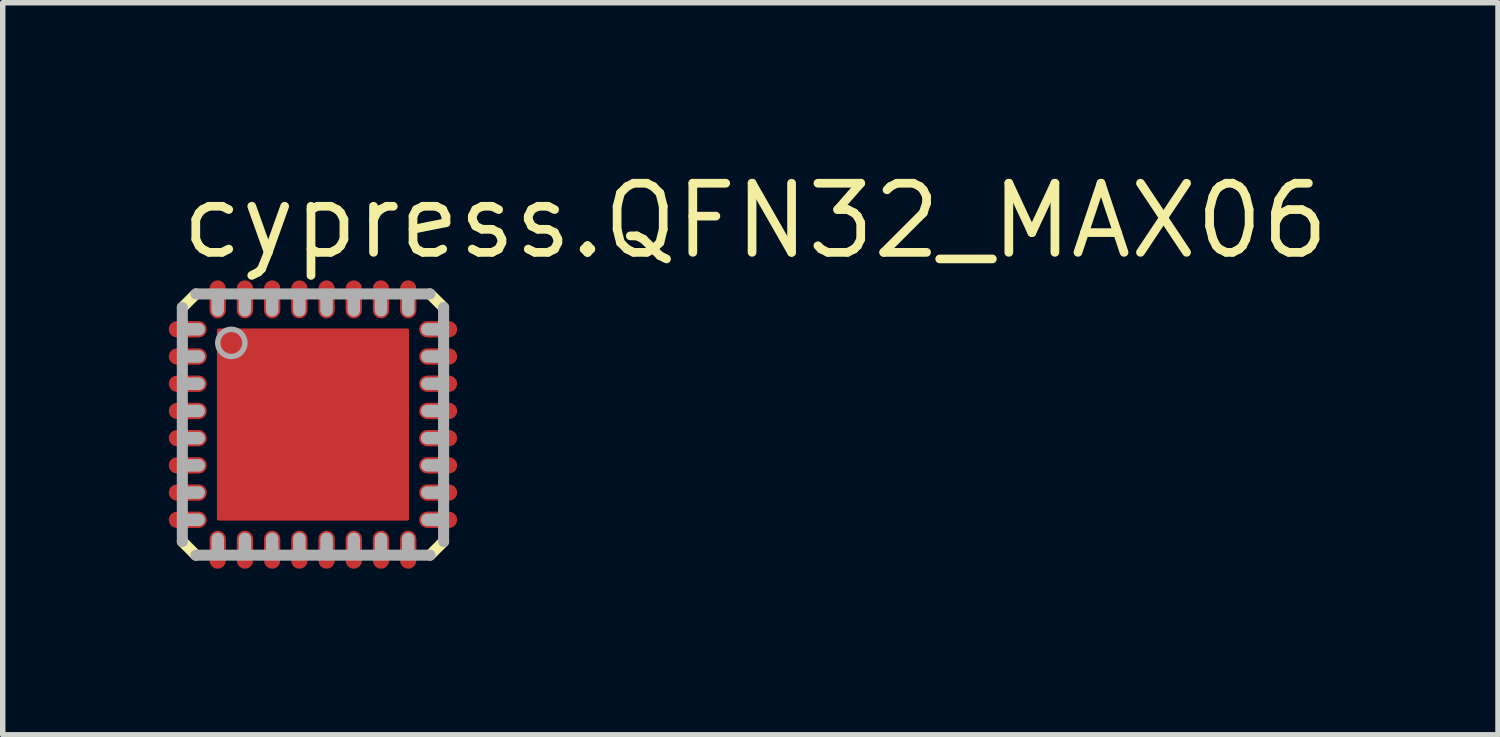
<source format=kicad_pcb>
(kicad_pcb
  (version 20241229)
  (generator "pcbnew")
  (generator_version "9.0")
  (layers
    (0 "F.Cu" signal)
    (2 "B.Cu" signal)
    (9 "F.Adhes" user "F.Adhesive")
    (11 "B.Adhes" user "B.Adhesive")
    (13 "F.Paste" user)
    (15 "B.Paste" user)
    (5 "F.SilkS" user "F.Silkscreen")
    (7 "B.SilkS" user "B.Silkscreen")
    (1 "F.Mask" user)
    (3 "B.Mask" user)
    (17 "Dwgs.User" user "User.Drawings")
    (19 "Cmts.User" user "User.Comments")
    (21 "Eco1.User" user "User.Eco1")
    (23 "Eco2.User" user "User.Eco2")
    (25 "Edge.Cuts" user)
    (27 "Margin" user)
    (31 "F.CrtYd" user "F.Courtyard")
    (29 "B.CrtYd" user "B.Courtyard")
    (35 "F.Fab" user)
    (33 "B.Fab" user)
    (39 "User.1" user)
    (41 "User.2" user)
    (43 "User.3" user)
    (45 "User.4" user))
  (footprint "cypress.QFN32_MAX06"
    (layer "F.Cu")
    (at 2.7 4.75)
    (property "Reference" "cypress.QFN32_MAX06" (at -2.5 -3 0) (layer "F.SilkS") (effects (font (size 1.27 1.27) (thickness 0.16)) (justify left bottom)))
    (attr smd)
    (fp_line (start -2.1 -1.75) (end -2.5 -1.75) (stroke (width 0.4) (type default)) (layer "F.Mask"))
    (fp_line (start -2.1 -1.25) (end -2.5 -1.25) (stroke (width 0.4) (type default)) (layer "F.Mask"))
    (fp_line (start -2.1 -0.75) (end -2.5 -0.75) (stroke (width 0.4) (type default)) (layer "F.Mask"))
    (fp_line (start -2.1 -0.25) (end -2.5 -0.25) (stroke (width 0.4) (type default)) (layer "F.Mask"))
    (fp_line (start -2.1 0.25) (end -2.5 0.25) (stroke (width 0.4) (type default)) (layer "F.Mask"))
    (fp_line (start -2.1 0.75) (end -2.5 0.75) (stroke (width 0.4) (type default)) (layer "F.Mask"))
    (fp_line (start -2.1 1.25) (end -2.5 1.25) (stroke (width 0.4) (type default)) (layer "F.Mask"))
    (fp_line (start -2.1 1.75) (end -2.5 1.75) (stroke (width 0.4) (type default)) (layer "F.Mask"))
    (fp_line (start -1.75 -2.1) (end -1.75 -2.5) (stroke (width 0.4) (type default)) (layer "F.Mask"))
    (fp_line (start -1.75 2.1) (end -1.75 2.5) (stroke (width 0.4) (type default)) (layer "F.Mask"))
    (fp_line (start -1.25 -2.1) (end -1.25 -2.5) (stroke (width 0.4) (type default)) (layer "F.Mask"))
    (fp_line (start -1.25 2.1) (end -1.25 2.5) (stroke (width 0.4) (type default)) (layer "F.Mask"))
    (fp_line (start -0.75 -2.1) (end -0.75 -2.5) (stroke (width 0.4) (type default)) (layer "F.Mask"))
    (fp_line (start -0.75 2.1) (end -0.75 2.5) (stroke (width 0.4) (type default)) (layer "F.Mask"))
    (fp_line (start -0.25 -2.1) (end -0.25 -2.5) (stroke (width 0.4) (type default)) (layer "F.Mask"))
    (fp_line (start -0.25 2.1) (end -0.25 2.5) (stroke (width 0.4) (type default)) (layer "F.Mask"))
    (fp_line (start 0.25 -2.1) (end 0.25 -2.5) (stroke (width 0.4) (type default)) (layer "F.Mask"))
    (fp_line (start 0.25 2.1) (end 0.25 2.5) (stroke (width 0.4) (type default)) (layer "F.Mask"))
    (fp_line (start 0.75 -2.1) (end 0.75 -2.5) (stroke (width 0.4) (type default)) (layer "F.Mask"))
    (fp_line (start 0.75 2.1) (end 0.75 2.5) (stroke (width 0.4) (type default)) (layer "F.Mask"))
    (fp_line (start 1.25 -2.1) (end 1.25 -2.5) (stroke (width 0.4) (type default)) (layer "F.Mask"))
    (fp_line (start 1.25 2.1) (end 1.25 2.5) (stroke (width 0.4) (type default)) (layer "F.Mask"))
    (fp_line (start 1.75 -2.1) (end 1.75 -2.5) (stroke (width 0.4) (type default)) (layer "F.Mask"))
    (fp_line (start 1.75 2.1) (end 1.75 2.5) (stroke (width 0.4) (type default)) (layer "F.Mask"))
    (fp_line (start 2.1 -1.75) (end 2.5 -1.75) (stroke (width 0.4) (type default)) (layer "F.Mask"))
    (fp_line (start 2.1 -1.25) (end 2.5 -1.25) (stroke (width 0.4) (type default)) (layer "F.Mask"))
    (fp_line (start 2.1 -0.75) (end 2.5 -0.75) (stroke (width 0.4) (type default)) (layer "F.Mask"))
    (fp_line (start 2.1 -0.25) (end 2.5 -0.25) (stroke (width 0.4) (type default)) (layer "F.Mask"))
    (fp_line (start 2.1 0.25) (end 2.5 0.25) (stroke (width 0.4) (type default)) (layer "F.Mask"))
    (fp_line (start 2.1 0.75) (end 2.5 0.75) (stroke (width 0.4) (type default)) (layer "F.Mask"))
    (fp_line (start 2.1 1.25) (end 2.5 1.25) (stroke (width 0.4) (type default)) (layer "F.Mask"))
    (fp_line (start 2.1 1.75) (end 2.5 1.75) (stroke (width 0.4) (type default)) (layer "F.Mask"))
    (fp_rect (start -1.1 1.8) (end 1.1 -1.8) (stroke (width 0.05) (type default)) (fill yes) (layer "F.Mask"))
    (fp_line (start -2.4 -2.15) (end -2.15 -2.4) (stroke (width 0.203) (type default)) (layer "F.SilkS"))
    (fp_line (start -2.15 2.4) (end -2.4 2.15) (stroke (width 0.203) (type default)) (layer "F.SilkS"))
    (fp_line (start 2.15 -2.4) (end 2.4 -2.15) (stroke (width 0.203) (type default)) (layer "F.SilkS"))
    (fp_line (start 2.4 2.15) (end 2.15 2.4) (stroke (width 0.203) (type default)) (layer "F.SilkS"))
    (fp_line (start -2.1 -1.75) (end -2.5 -1.75) (stroke (width 0.25) (type default)) (layer "F.Paste"))
    (fp_line (start -2.1 -1.25) (end -2.5 -1.25) (stroke (width 0.25) (type default)) (layer "F.Paste"))
    (fp_line (start -2.1 -0.75) (end -2.5 -0.75) (stroke (width 0.25) (type default)) (layer "F.Paste"))
    (fp_line (start -2.1 -0.25) (end -2.5 -0.25) (stroke (width 0.25) (type default)) (layer "F.Paste"))
    (fp_line (start -2.1 0.25) (end -2.5 0.25) (stroke (width 0.25) (type default)) (layer "F.Paste"))
    (fp_line (start -2.1 0.75) (end -2.5 0.75) (stroke (width 0.25) (type default)) (layer "F.Paste"))
    (fp_line (start -2.1 1.25) (end -2.5 1.25) (stroke (width 0.25) (type default)) (layer "F.Paste"))
    (fp_line (start -2.1 1.75) (end -2.5 1.75) (stroke (width 0.25) (type default)) (layer "F.Paste"))
    (fp_line (start -1.75 -2.1) (end -1.75 -2.5) (stroke (width 0.25) (type default)) (layer "F.Paste"))
    (fp_line (start -1.75 2.1) (end -1.75 2.5) (stroke (width 0.25) (type default)) (layer "F.Paste"))
    (fp_line (start -1.25 -2.1) (end -1.25 -2.5) (stroke (width 0.25) (type default)) (layer "F.Paste"))
    (fp_line (start -1.25 2.1) (end -1.25 2.5) (stroke (width 0.25) (type default)) (layer "F.Paste"))
    (fp_line (start -1 -1.7) (end -0.7 -1.7) (stroke (width 0.1) (type default)) (layer "F.Paste"))
    (fp_line (start -1 -1.4) (end -1 -1.7) (stroke (width 0.1) (type default)) (layer "F.Paste"))
    (fp_line (start -1 -0.9) (end -1 -1.1) (stroke (width 0.1) (type default)) (layer "F.Paste"))
    (fp_line (start -1 -0.9) (end -1 -0.55) (stroke (width 0.1) (type default)) (layer "F.Paste"))
    (fp_line (start -1 -0.25) (end -1 0.25) (stroke (width 0.1) (type default)) (layer "F.Paste"))
    (fp_line (start -1 0.6) (end -1 1.3) (stroke (width 0.1) (type default)) (layer "F.Paste"))
    (fp_line (start -1 1.7) (end -1 1.3) (stroke (width 0.1) (type default)) (layer "F.Paste"))
    (fp_line (start -0.975 -1.075) (end -0.95 -1.1) (stroke (width 0.1) (type default)) (layer "F.Paste"))
    (fp_line (start -0.95 1.55) (end -0.95 1.65) (stroke (width 0.1) (type default)) (layer "F.Paste"))
    (fp_line (start -0.925 -1.4) (end -0.9 -1.65) (stroke (width 0.1) (type default)) (layer "F.Paste"))
    (fp_line (start -0.85 1.65) (end -0.95 1.55) (stroke (width 0.1) (type default)) (layer "F.Paste"))
    (fp_line (start -0.8 -0.85) (end -0.8 1.25) (stroke (width 0.1) (type default)) (layer "F.Paste"))
    (fp_line (start -0.75 -2.1) (end -0.75 -2.5) (stroke (width 0.25) (type default)) (layer "F.Paste"))
    (fp_line (start -0.75 2.1) (end -0.75 2.5) (stroke (width 0.25) (type default)) (layer "F.Paste"))
    (fp_line (start -0.55 1.5) (end 0.55 1.5) (stroke (width 0.1) (type default)) (layer "F.Paste"))
    (fp_line (start -0.55 1.7) (end -1 1.7) (stroke (width 0.1) (type default)) (layer "F.Paste"))
    (fp_line (start -0.25 -2.1) (end -0.25 -2.5) (stroke (width 0.25) (type default)) (layer "F.Paste"))
    (fp_line (start -0.25 1.7) (end -0.55 1.7) (stroke (width 0.1) (type default)) (layer "F.Paste"))
    (fp_line (start -0.25 2.1) (end -0.25 2.5) (stroke (width 0.25) (type default)) (layer "F.Paste"))
    (fp_line (start -0.15 -1.7) (end -0.7 -1.7) (stroke (width 0.1) (type default)) (layer "F.Paste"))
    (fp_line (start 0.25 -2.1) (end 0.25 -2.5) (stroke (width 0.25) (type default)) (layer "F.Paste"))
    (fp_line (start 0.25 -1.7) (end 0.55 -1.7) (stroke (width 0.1) (type default)) (layer "F.Paste"))
    (fp_line (start 0.25 1.7) (end 0.55 1.7) (stroke (width 0.1) (type default)) (layer "F.Paste"))
    (fp_line (start 0.25 2.1) (end 0.25 2.5) (stroke (width 0.25) (type default)) (layer "F.Paste"))
    (fp_line (start 0.55 -1.7) (end 1 -1.7) (stroke (width 0.1) (type default)) (layer "F.Paste"))
    (fp_line (start 0.55 -1.5) (end -0.5 -1.5) (stroke (width 0.1) (type default)) (layer "F.Paste"))
    (fp_line (start 0.55 1.7) (end 1 1.7) (stroke (width 0.1) (type default)) (layer "F.Paste"))
    (fp_line (start 0.75 -2.1) (end 0.75 -2.5) (stroke (width 0.25) (type default)) (layer "F.Paste"))
    (fp_line (start 0.75 2.1) (end 0.75 2.5) (stroke (width 0.25) (type default)) (layer "F.Paste"))
    (fp_line (start 0.8 1.25) (end 0.8 -1.25) (stroke (width 0.1) (type default)) (layer "F.Paste"))
    (fp_line (start 0.85 -1.65) (end 0.95 -1.55) (stroke (width 0.1) (type default)) (layer "F.Paste"))
    (fp_line (start 0.85 1.65) (end 0.95 1.55) (stroke (width 0.1) (type default)) (layer "F.Paste"))
    (fp_line (start 0.95 -1.55) (end 0.95 -1.65) (stroke (width 0.1) (type default)) (layer "F.Paste"))
    (fp_line (start 0.95 1.55) (end 0.95 1.65) (stroke (width 0.1) (type default)) (layer "F.Paste"))
    (fp_line (start 1 -1.7) (end 1 -1.3) (stroke (width 0.1) (type default)) (layer "F.Paste"))
    (fp_line (start 1 -0.55) (end 1 -1.3) (stroke (width 0.1) (type default)) (layer "F.Paste"))
    (fp_line (start 1 -0.25) (end 1 0.25) (stroke (width 0.1) (type default)) (layer "F.Paste"))
    (fp_line (start 1 0.6) (end 1 1.3) (stroke (width 0.1) (type default)) (layer "F.Paste"))
    (fp_line (start 1 1.7) (end 1 1.3) (stroke (width 0.1) (type default)) (layer "F.Paste"))
    (fp_line (start 1.25 -2.1) (end 1.25 -2.5) (stroke (width 0.25) (type default)) (layer "F.Paste"))
    (fp_line (start 1.25 2.1) (end 1.25 2.5) (stroke (width 0.25) (type default)) (layer "F.Paste"))
    (fp_line (start 1.75 -2.1) (end 1.75 -2.5) (stroke (width 0.25) (type default)) (layer "F.Paste"))
    (fp_line (start 1.75 2.1) (end 1.75 2.5) (stroke (width 0.25) (type default)) (layer "F.Paste"))
    (fp_line (start 2.1 -1.75) (end 2.5 -1.75) (stroke (width 0.25) (type default)) (layer "F.Paste"))
    (fp_line (start 2.1 -1.25) (end 2.5 -1.25) (stroke (width 0.25) (type default)) (layer "F.Paste"))
    (fp_line (start 2.1 -0.75) (end 2.5 -0.75) (stroke (width 0.25) (type default)) (layer "F.Paste"))
    (fp_line (start 2.1 -0.25) (end 2.5 -0.25) (stroke (width 0.25) (type default)) (layer "F.Paste"))
    (fp_line (start 2.1 0.25) (end 2.5 0.25) (stroke (width 0.25) (type default)) (layer "F.Paste"))
    (fp_line (start 2.1 0.75) (end 2.5 0.75) (stroke (width 0.25) (type default)) (layer "F.Paste"))
    (fp_line (start 2.1 1.25) (end 2.5 1.25) (stroke (width 0.25) (type default)) (layer "F.Paste"))
    (fp_line (start 2.1 1.75) (end 2.5 1.75) (stroke (width 0.25) (type default)) (layer "F.Paste"))
    (fp_arc (start -1 -1.4) (mid -0.85 -1.25) (end -1 -1.1) (stroke (width 0.1) (type default)) (layer "F.Paste"))
    (fp_arc (start -1 -0.9) (mid -0.970194 -1.010097) (end -0.9 -1.1) (stroke (width 0.1) (type default)) (layer "F.Paste"))
    (fp_arc (start -0.85 -1.5) (mid -0.842544 -1.295943) (end -0.9 -1.1) (stroke (width 0.1) (type default)) (layer "F.Paste"))
    (fp_arc (start -0.85 -1.5) (mid -0.816421 -1.631066) (end -0.7 -1.7) (stroke (width 0.1) (type default)) (layer "F.Paste"))
    (fp_arc (start -0.65 -1.35) (mid -0.680956 -1.086787) (end -0.8 -0.85) (stroke (width 0.1) (type default)) (layer "F.Paste"))
    (fp_arc (start -0.65 -1.35) (mid -0.606066 -1.456066) (end -0.5 -1.5) (stroke (width 0.1) (type default)) (layer "F.Paste"))
    (fp_arc (start -0.55 1.5) (mid -0.726777 1.426777) (end -0.8 1.25) (stroke (width 0.1) (type default)) (layer "F.Paste"))
    (fp_arc (start -0.55 1.7) (mid -0.857843 1.593198) (end -1 1.3) (stroke (width 0.1) (type default)) (layer "F.Paste"))
    (fp_arc (start 0.55 -1.7) (mid 0.857843 -1.593198) (end 1 -1.3) (stroke (width 0.1) (type default)) (layer "F.Paste"))
    (fp_arc (start 0.55 -1.5) (mid 0.726777 -1.426777) (end 0.8 -1.25) (stroke (width 0.1) (type default)) (layer "F.Paste"))
    (fp_arc (start 0.8 1.25) (mid 0.726777 1.426777) (end 0.55 1.5) (stroke (width 0.1) (type default)) (layer "F.Paste"))
    (fp_arc (start 1 1.3) (mid 0.857843 1.593198) (end 0.55 1.7) (stroke (width 0.1) (type default)) (layer "F.Paste"))
    (fp_poly (pts (xy -0.55 1.25) (xy 0.55 1.25) (xy 0.55 -1.25) (xy -0.4 -1.25) (xy -0.55 -0.775)) (stroke (width 0.2) (type default)) (fill yes) (layer "F.Paste"))
    (fp_line (start -2.4 2.15) (end -2.4 -2.15) (stroke (width 0.203) (type default)) (layer "F.Fab"))
    (fp_line (start -2.15 -2.4) (end 2.15 -2.4) (stroke (width 0.203) (type default)) (layer "F.Fab"))
    (fp_line (start -2.1 -1.75) (end -2.325 -1.75) (stroke (width 0.23) (type default)) (layer "F.Fab"))
    (fp_line (start -2.1 -1.25) (end -2.325 -1.25) (stroke (width 0.23) (type default)) (layer "F.Fab"))
    (fp_line (start -2.1 -0.75) (end -2.325 -0.75) (stroke (width 0.23) (type default)) (layer "F.Fab"))
    (fp_line (start -2.1 -0.25) (end -2.325 -0.25) (stroke (width 0.23) (type default)) (layer "F.Fab"))
    (fp_line (start -2.1 0.25) (end -2.325 0.25) (stroke (width 0.23) (type default)) (layer "F.Fab"))
    (fp_line (start -2.1 0.75) (end -2.325 0.75) (stroke (width 0.23) (type default)) (layer "F.Fab"))
    (fp_line (start -2.1 1.25) (end -2.325 1.25) (stroke (width 0.23) (type default)) (layer "F.Fab"))
    (fp_line (start -2.1 1.75) (end -2.325 1.75) (stroke (width 0.23) (type default)) (layer "F.Fab"))
    (fp_line (start -1.75 -2.1) (end -1.75 -2.325) (stroke (width 0.23) (type default)) (layer "F.Fab"))
    (fp_line (start -1.75 2.1) (end -1.75 2.325) (stroke (width 0.23) (type default)) (layer "F.Fab"))
    (fp_line (start -1.25 -2.1) (end -1.25 -2.325) (stroke (width 0.23) (type default)) (layer "F.Fab"))
    (fp_line (start -1.25 2.1) (end -1.25 2.325) (stroke (width 0.23) (type default)) (layer "F.Fab"))
    (fp_line (start -0.75 -2.1) (end -0.75 -2.325) (stroke (width 0.23) (type default)) (layer "F.Fab"))
    (fp_line (start -0.75 2.1) (end -0.75 2.325) (stroke (width 0.23) (type default)) (layer "F.Fab"))
    (fp_line (start -0.25 -2.1) (end -0.25 -2.325) (stroke (width 0.23) (type default)) (layer "F.Fab"))
    (fp_line (start -0.25 2.1) (end -0.25 2.325) (stroke (width 0.23) (type default)) (layer "F.Fab"))
    (fp_line (start 0.25 -2.1) (end 0.25 -2.325) (stroke (width 0.23) (type default)) (layer "F.Fab"))
    (fp_line (start 0.25 2.1) (end 0.25 2.325) (stroke (width 0.23) (type default)) (layer "F.Fab"))
    (fp_line (start 0.75 -2.1) (end 0.75 -2.325) (stroke (width 0.23) (type default)) (layer "F.Fab"))
    (fp_line (start 0.75 2.1) (end 0.75 2.325) (stroke (width 0.23) (type default)) (layer "F.Fab"))
    (fp_line (start 1.25 -2.1) (end 1.25 -2.325) (stroke (width 0.23) (type default)) (layer "F.Fab"))
    (fp_line (start 1.25 2.1) (end 1.25 2.325) (stroke (width 0.23) (type default)) (layer "F.Fab"))
    (fp_line (start 1.75 -2.1) (end 1.75 -2.325) (stroke (width 0.23) (type default)) (layer "F.Fab"))
    (fp_line (start 1.75 2.1) (end 1.75 2.325) (stroke (width 0.23) (type default)) (layer "F.Fab"))
    (fp_line (start 2.1 -1.75) (end 2.325 -1.75) (stroke (width 0.23) (type default)) (layer "F.Fab"))
    (fp_line (start 2.1 -1.25) (end 2.325 -1.25) (stroke (width 0.23) (type default)) (layer "F.Fab"))
    (fp_line (start 2.1 -0.75) (end 2.325 -0.75) (stroke (width 0.23) (type default)) (layer "F.Fab"))
    (fp_line (start 2.1 -0.25) (end 2.325 -0.25) (stroke (width 0.23) (type default)) (layer "F.Fab"))
    (fp_line (start 2.1 0.25) (end 2.325 0.25) (stroke (width 0.23) (type default)) (layer "F.Fab"))
    (fp_line (start 2.1 0.75) (end 2.325 0.75) (stroke (width 0.23) (type default)) (layer "F.Fab"))
    (fp_line (start 2.1 1.25) (end 2.325 1.25) (stroke (width 0.23) (type default)) (layer "F.Fab"))
    (fp_line (start 2.1 1.75) (end 2.325 1.75) (stroke (width 0.23) (type default)) (layer "F.Fab"))
    (fp_line (start 2.15 2.4) (end -2.15 2.4) (stroke (width 0.203) (type default)) (layer "F.Fab"))
    (fp_line (start 2.4 -2.15) (end 2.4 2.15) (stroke (width 0.203) (type default)) (layer "F.Fab"))
    (fp_circle (center -1.5 -1.5) (end -1.25 -1.5) (stroke (width 0.1) (type default)) (fill no) (layer "F.Fab"))
    (pad "1" smd roundrect (at -2.3 -1.75) (size 0.7 0.3) (layers "F.Cu" "F.Mask" "F.Paste") (roundrect_rratio 0.5))
    (pad "2" smd roundrect (at -2.3 -1.25) (size 0.7 0.3) (layers "F.Cu" "F.Mask" "F.Paste") (roundrect_rratio 0.5))
    (pad "3" smd roundrect (at -2.3 -0.75) (size 0.7 0.3) (layers "F.Cu" "F.Mask" "F.Paste") (roundrect_rratio 0.5))
    (pad "4" smd roundrect (at -2.3 -0.25) (size 0.7 0.3) (layers "F.Cu" "F.Mask" "F.Paste") (roundrect_rratio 0.5))
    (pad "5" smd roundrect (at -2.3 0.25) (size 0.7 0.3) (layers "F.Cu" "F.Mask" "F.Paste") (roundrect_rratio 0.5))
    (pad "6" smd roundrect (at -2.3 0.75) (size 0.7 0.3) (layers "F.Cu" "F.Mask" "F.Paste") (roundrect_rratio 0.5))
    (pad "7" smd roundrect (at -2.3 1.25) (size 0.7 0.3) (layers "F.Cu" "F.Mask" "F.Paste") (roundrect_rratio 0.5))
    (pad "8" smd roundrect (at -2.3 1.75) (size 0.7 0.3) (layers "F.Cu" "F.Mask" "F.Paste") (roundrect_rratio 0.5))
    (pad "9" smd roundrect (at -1.75 2.3 90) (size 0.7 0.3) (layers "F.Cu" "F.Mask" "F.Paste") (roundrect_rratio 0.5))
    (pad "10" smd roundrect (at -1.25 2.3 90) (size 0.7 0.3) (layers "F.Cu" "F.Mask" "F.Paste") (roundrect_rratio 0.5))
    (pad "11" smd roundrect (at -0.75 2.3 90) (size 0.7 0.3) (layers "F.Cu" "F.Mask" "F.Paste") (roundrect_rratio 0.5))
    (pad "12" smd roundrect (at -0.25 2.3 90) (size 0.7 0.3) (layers "F.Cu" "F.Mask" "F.Paste") (roundrect_rratio 0.5))
    (pad "13" smd roundrect (at 0.25 2.3 90) (size 0.7 0.3) (layers "F.Cu" "F.Mask" "F.Paste") (roundrect_rratio 0.5))
    (pad "14" smd roundrect (at 0.75 2.3 90) (size 0.7 0.3) (layers "F.Cu" "F.Mask" "F.Paste") (roundrect_rratio 0.5))
    (pad "15" smd roundrect (at 1.25 2.3 90) (size 0.7 0.3) (layers "F.Cu" "F.Mask" "F.Paste") (roundrect_rratio 0.5))
    (pad "16" smd roundrect (at 1.75 2.3 90) (size 0.7 0.3) (layers "F.Cu" "F.Mask" "F.Paste") (roundrect_rratio 0.5))
    (pad "17" smd roundrect (at 2.3 1.75 180) (size 0.7 0.3) (layers "F.Cu" "F.Mask" "F.Paste") (roundrect_rratio 0.5))
    (pad "18" smd roundrect (at 2.3 1.25 180) (size 0.7 0.3) (layers "F.Cu" "F.Mask" "F.Paste") (roundrect_rratio 0.5))
    (pad "19" smd roundrect (at 2.3 0.75 180) (size 0.7 0.3) (layers "F.Cu" "F.Mask" "F.Paste") (roundrect_rratio 0.5))
    (pad "20" smd roundrect (at 2.3 0.25 180) (size 0.7 0.3) (layers "F.Cu" "F.Mask" "F.Paste") (roundrect_rratio 0.5))
    (pad "21" smd roundrect (at 2.3 -0.25 180) (size 0.7 0.3) (layers "F.Cu" "F.Mask" "F.Paste") (roundrect_rratio 0.5))
    (pad "22" smd roundrect (at 2.3 -0.75 180) (size 0.7 0.3) (layers "F.Cu" "F.Mask" "F.Paste") (roundrect_rratio 0.5))
    (pad "23" smd roundrect (at 2.3 -1.25 180) (size 0.7 0.3) (layers "F.Cu" "F.Mask" "F.Paste") (roundrect_rratio 0.5))
    (pad "24" smd roundrect (at 2.3 -1.75 180) (size 0.7 0.3) (layers "F.Cu" "F.Mask" "F.Paste") (roundrect_rratio 0.5))
    (pad "25" smd roundrect (at 1.75 -2.3 270) (size 0.7 0.3) (layers "F.Cu" "F.Mask" "F.Paste") (roundrect_rratio 0.5))
    (pad "26" smd roundrect (at 1.25 -2.3 270) (size 0.7 0.3) (layers "F.Cu" "F.Mask" "F.Paste") (roundrect_rratio 0.5))
    (pad "27" smd roundrect (at 0.75 -2.3 270) (size 0.7 0.3) (layers "F.Cu" "F.Mask" "F.Paste") (roundrect_rratio 0.5))
    (pad "28" smd roundrect (at 0.25 -2.3 270) (size 0.7 0.3) (layers "F.Cu" "F.Mask" "F.Paste") (roundrect_rratio 0.5))
    (pad "29" smd roundrect (at -0.25 -2.3 270) (size 0.7 0.3) (layers "F.Cu" "F.Mask" "F.Paste") (roundrect_rratio 0.5))
    (pad "30" smd roundrect (at -0.75 -2.3 270) (size 0.7 0.3) (layers "F.Cu" "F.Mask" "F.Paste") (roundrect_rratio 0.5))
    (pad "31" smd roundrect (at -1.25 -2.3 270) (size 0.7 0.3) (layers "F.Cu" "F.Mask" "F.Paste") (roundrect_rratio 0.5))
    (pad "32" smd roundrect (at -1.75 -2.3 270) (size 0.7 0.3) (layers "F.Cu" "F.Mask" "F.Paste") (roundrect_rratio 0.5))
    (pad "EXP" smd roundrect (at 0 0) (size 3.53 3.53) (layers "F.Cu" "F.Mask" "F.Paste") (roundrect_rratio 0.01)))
  (gr_rect
    (start -3 -3)
    (end 24.472 10.45)
    (stroke (width 0.1) (type default))
    (fill no)
    (layer "Edge.Cuts")))
</source>
